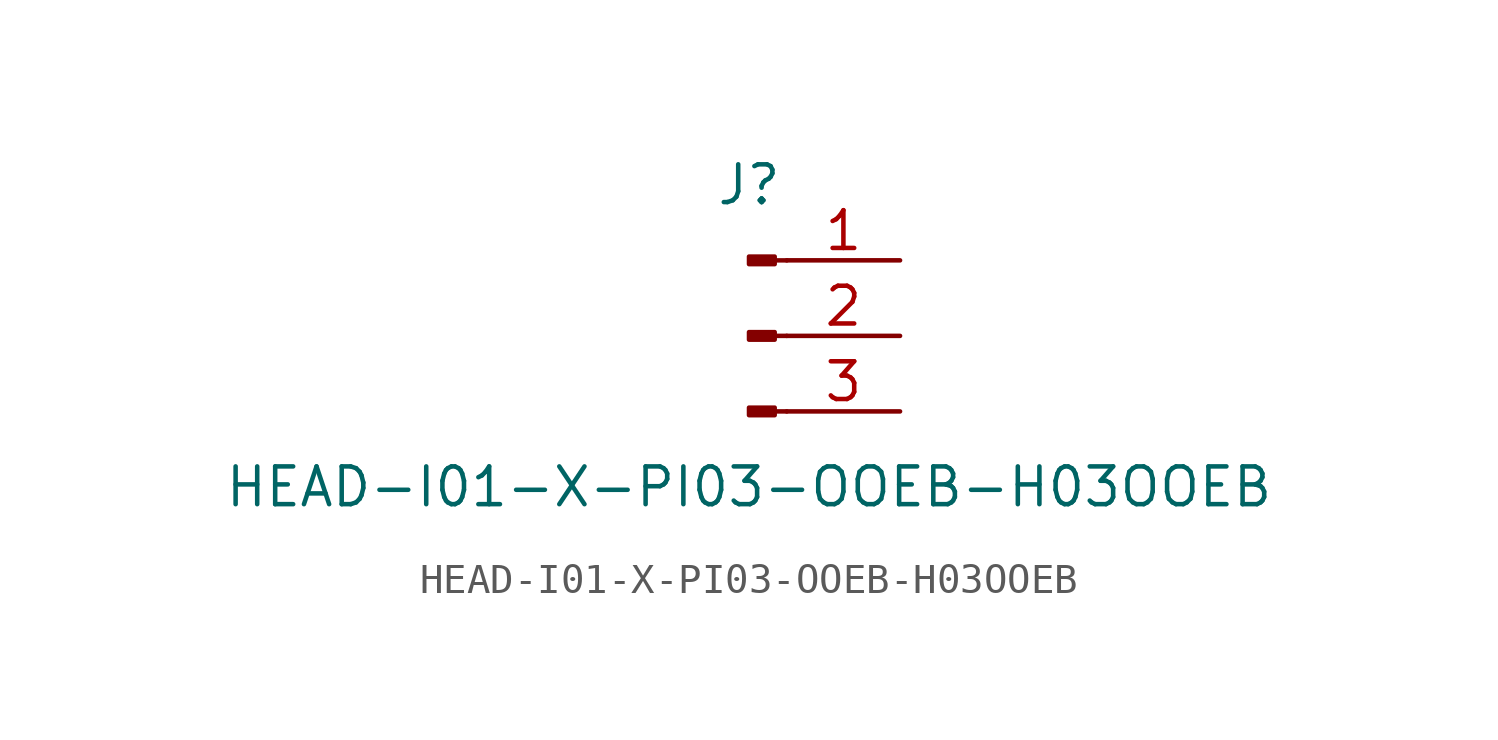
<source format=kicad_sym>
(kicad_symbol_lib
  (version 20211014)
  (generator kicad_symbol_editor)
  (symbol "HEAD-I01-X-PI03-OOEB-H03OOEB"
    (pin_names
      (offset 1.016) hide)
    (property "Reference" "J"
      (at 0 5.08 0)
      (effects (font (size 1.27 1.27))))
    (property "Value" "HEAD-I01-X-PI03-OOEB-H03OOEB"
      (at 0 -5.08 0)
      (effects (font (size 1.27 1.27))))
    (symbol "HEAD-I01-X-PI03-OOEB-H03OOEB_1_1"
      (polyline (pts (xy 1.27 -2.54) (xy 0.864 -2.54)) (stroke (width 0.152) (type default) (color 0 0 0 0)) (fill (type none)))
      (polyline (pts (xy 1.27 0) (xy 0.864 0)) (stroke (width 0.152) (type default) (color 0 0 0 0)) (fill (type none)))
      (polyline (pts (xy 1.27 2.54) (xy 0.864 2.54)) (stroke (width 0.152) (type default) (color 0 0 0 0)) (fill (type none)))
      (rectangle (start 0.864 -2.413) (end 0 -2.667) (stroke (width 0.152) (type default) (color 0 0 0 0)) (fill (type outline)))
      (rectangle (start 0.864 0.127) (end 0 -0.127) (stroke (width 0.152) (type default) (color 0 0 0 0)) (fill (type outline)))
      (rectangle (start 0.864 2.667) (end 0 2.413) (stroke (width 0.152) (type default) (color 0 0 0 0)) (fill (type outline)))
      (pin passive line (at 5.08 2.54 180) (length 3.81) (name "Pin_1" (effects (font (size 1.27 1.27)))) (number "1" (effects (font (size 1.27 1.27)))))
      (pin passive line (at 5.08 0 180) (length 3.81) (name "Pin_2" (effects (font (size 1.27 1.27)))) (number "2" (effects (font (size 1.27 1.27)))))
      (pin passive line (at 5.08 -2.54 180) (length 3.81) (name "Pin_3" (effects (font (size 1.27 1.27)))) (number "3" (effects (font (size 1.27 1.27))))))))
</source>
